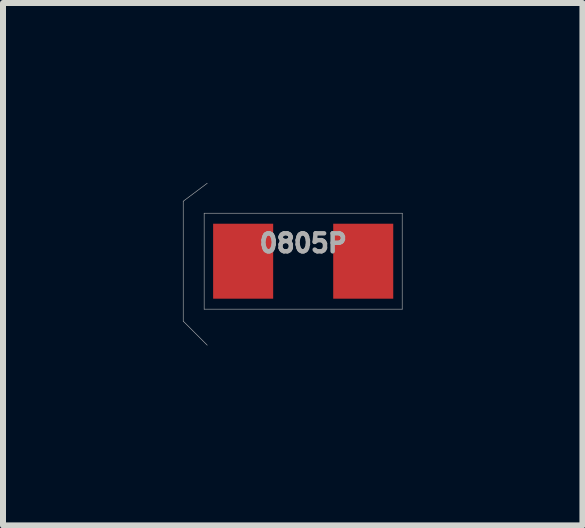
<source format=kicad_pcb>
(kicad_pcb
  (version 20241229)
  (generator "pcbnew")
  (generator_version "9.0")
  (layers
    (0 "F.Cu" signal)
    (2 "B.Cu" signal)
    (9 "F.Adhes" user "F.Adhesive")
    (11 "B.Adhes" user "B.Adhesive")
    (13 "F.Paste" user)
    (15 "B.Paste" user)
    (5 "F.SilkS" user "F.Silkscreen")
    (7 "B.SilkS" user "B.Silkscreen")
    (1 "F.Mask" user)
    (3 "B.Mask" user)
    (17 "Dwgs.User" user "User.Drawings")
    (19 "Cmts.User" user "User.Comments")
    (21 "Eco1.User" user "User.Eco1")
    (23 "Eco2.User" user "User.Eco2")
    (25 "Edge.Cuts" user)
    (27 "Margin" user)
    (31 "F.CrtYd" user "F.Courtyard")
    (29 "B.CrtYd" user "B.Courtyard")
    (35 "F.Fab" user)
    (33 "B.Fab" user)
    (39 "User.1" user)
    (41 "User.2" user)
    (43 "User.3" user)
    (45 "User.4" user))
  (footprint "0805P"
    (layer "F.Cu")
    (at 2.005 1.305)
    (property "Reference" "0805P" (at 0 -0.3 0) (layer "F.Fab") (effects (font (size 0.3 0.299) (thickness 0.075))))
    (attr through_hole)
    (fp_line (start -2 -1) (end -1.6 -1.3) (stroke (width 0.01) (type solid)) (layer "F.Fab"))
    (fp_line (start -2 1) (end -2 -1) (stroke (width 0.01) (type solid)) (layer "F.Fab"))
    (fp_line (start -2 1) (end -1.6 1.4) (stroke (width 0.01) (type solid)) (layer "F.Fab"))
    (fp_line (start -1.651 -0.8) (end -1.651 0.8) (stroke (width 0.01) (type solid)) (layer "F.Fab"))
    (fp_line (start -1.651 0.8) (end 1.651 0.8) (stroke (width 0.01) (type solid)) (layer "F.Fab"))
    (fp_line (start 1.651 -0.8) (end -1.651 -0.8) (stroke (width 0.01) (type solid)) (layer "F.Fab"))
    (fp_line (start 1.651 0.8) (end 1.651 -0.8) (stroke (width 0.01) (type solid)) (layer "F.Fab"))
    (pad "1" smd rect (at -1.001 0) (size 1.001 1.25) (layers "F.Cu" "F.Mask" "F.Paste"))
    (pad "2" smd rect (at 1.001 0) (size 1.001 1.25) (layers "F.Cu" "F.Mask" "F.Paste")))
  (gr_rect
    (start -3 -3)
    (end 6.661 5.71)
    (stroke (width 0.1) (type default))
    (fill no)
    (layer "Edge.Cuts")))
</source>
